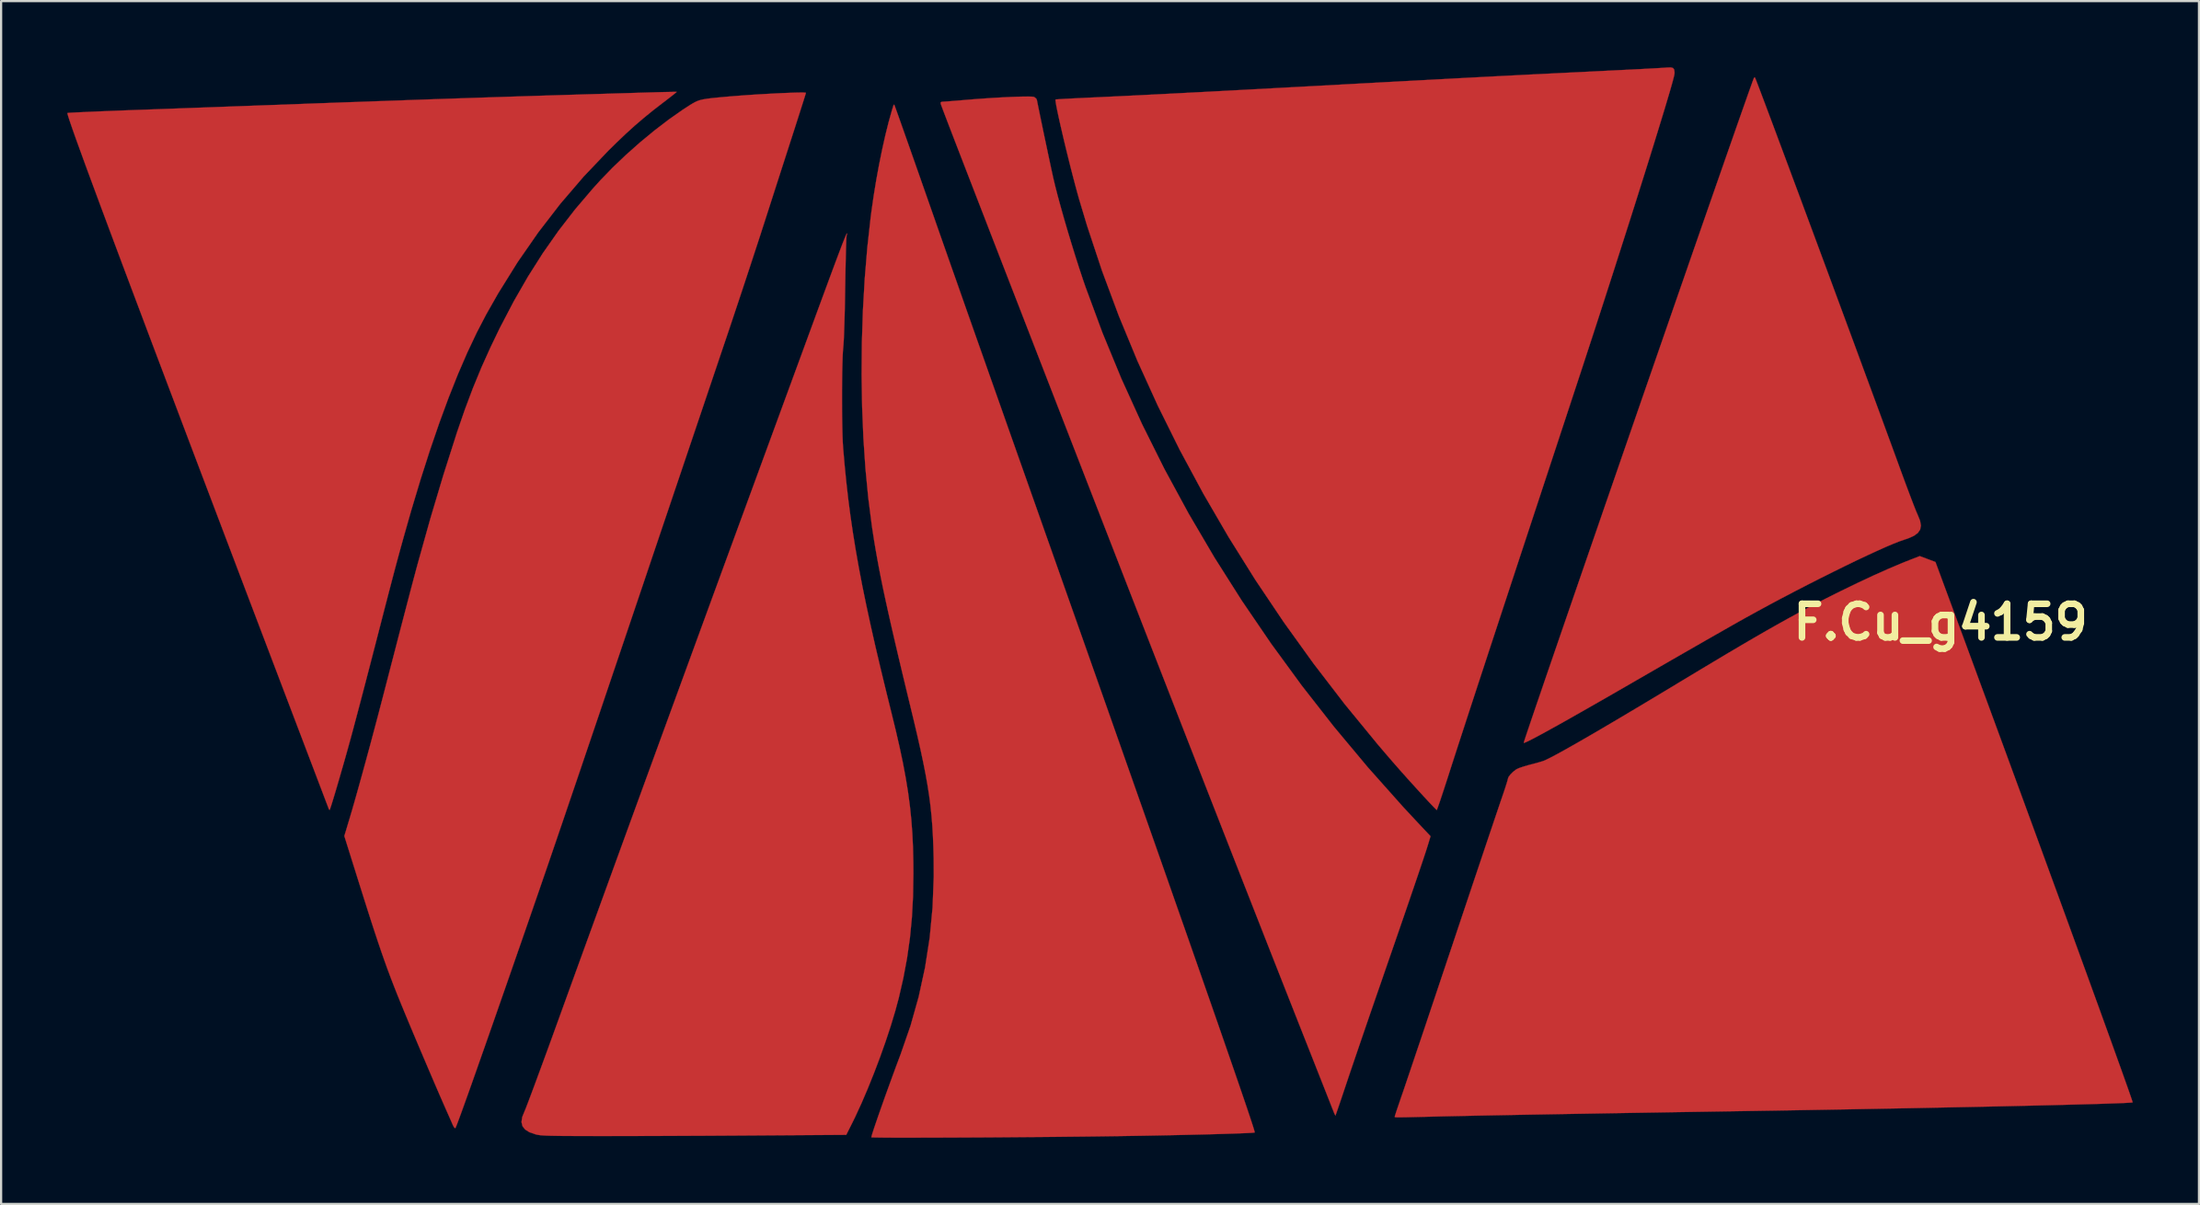
<source format=kicad_pcb>
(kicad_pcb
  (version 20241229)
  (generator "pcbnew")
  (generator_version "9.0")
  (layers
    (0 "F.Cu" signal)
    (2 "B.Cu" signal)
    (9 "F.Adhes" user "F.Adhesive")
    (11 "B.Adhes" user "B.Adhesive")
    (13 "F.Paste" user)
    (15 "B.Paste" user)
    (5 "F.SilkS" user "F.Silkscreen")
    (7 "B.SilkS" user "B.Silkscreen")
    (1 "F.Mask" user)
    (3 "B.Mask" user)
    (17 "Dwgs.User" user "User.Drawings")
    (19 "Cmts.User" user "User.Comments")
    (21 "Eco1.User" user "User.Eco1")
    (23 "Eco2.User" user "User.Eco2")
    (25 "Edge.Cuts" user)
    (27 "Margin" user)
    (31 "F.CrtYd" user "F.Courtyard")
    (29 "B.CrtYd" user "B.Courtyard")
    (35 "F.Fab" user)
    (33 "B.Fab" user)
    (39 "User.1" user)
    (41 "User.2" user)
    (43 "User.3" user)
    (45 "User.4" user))
  (footprint "F.Cu_g4159"
    (layer "F.Cu")
    (at 84.845 25.139)
    (property "Reference" "F.Cu_g4159" (at 0 0 0) (layer "F.SilkS") (effects (font (size 1.524 1.524) (thickness 0.3))))
    (attr through_hole)
    (fp_poly (pts (xy -8.408 -24.677) (xy -8.389 -24.632) (xy -8.341 -24.512) (xy -8.268 -24.321) (xy -8.17 -24.063) (xy -8.049 -23.742) (xy -7.906 -23.362) (xy -7.743 -22.927) (xy -7.561 -22.442) (xy -7.363 -21.91) (xy -7.149 -21.337) (xy -6.921 -20.725) (xy -6.681 -20.078) (xy -6.429 -19.403) (xy -6.169 -18.701) (xy -5.9 -17.977) (xy -5.625 -17.236) (xy -5.346 -16.482) (xy -5.063 -15.719) (xy -4.779 -14.95) (xy -4.494 -14.18) (xy -4.211 -13.414) (xy -3.93 -12.654) (xy -3.655 -11.906) (xy -3.385 -11.174) (xy -3.122 -10.461) (xy -2.868 -9.772) (xy -2.625 -9.111) (xy -2.395 -8.482) (xy -2.177 -7.889) (xy -1.975 -7.337) (xy -1.79 -6.828) (xy -1.769 -6.773) (xy -1.635 -6.407) (xy -1.504 -6.056) (xy -1.381 -5.728) (xy -1.269 -5.435) (xy -1.173 -5.188) (xy -1.096 -4.997) (xy -1.042 -4.872) (xy -1.032 -4.85) (xy -0.929 -4.595) (xy -0.892 -4.379) (xy -0.925 -4.197) (xy -1.03 -4.044) (xy -1.211 -3.912) (xy -1.472 -3.796) (xy -1.651 -3.737) (xy -1.867 -3.662) (xy -2.15 -3.55) (xy -2.494 -3.404) (xy -2.891 -3.226) (xy -3.335 -3.021) (xy -3.82 -2.792) (xy -4.337 -2.541) (xy -4.881 -2.273) (xy -5.445 -1.991) (xy -6.022 -1.698) (xy -6.605 -1.397) (xy -7.187 -1.092) (xy -7.762 -0.786) (xy -8.322 -0.482) (xy -8.856 -0.187) (xy -9.096 -0.053) (xy -9.4 0.119) (xy -9.762 0.325) (xy -10.174 0.56) (xy -10.627 0.818) (xy -11.113 1.097) (xy -11.625 1.391) (xy -12.154 1.695) (xy -12.693 2.006) (xy -13.234 2.318) (xy -13.768 2.627) (xy -13.782 2.634) (xy -14.548 3.077) (xy -15.256 3.484) (xy -15.905 3.855) (xy -16.494 4.19) (xy -17.021 4.488) (xy -17.486 4.748) (xy -17.886 4.969) (xy -18.221 5.151) (xy -18.488 5.292) (xy -18.688 5.393) (xy -18.818 5.451) (xy -18.877 5.468) (xy -18.881 5.464) (xy -18.867 5.415) (xy -18.827 5.29) (xy -18.761 5.091) (xy -18.671 4.823) (xy -18.558 4.489) (xy -18.423 4.091) (xy -18.267 3.634) (xy -18.091 3.121) (xy -17.898 2.555) (xy -17.686 1.939) (xy -17.459 1.278) (xy -17.217 0.574) (xy -16.961 -0.17) (xy -16.693 -0.949) (xy -16.413 -1.761) (xy -16.123 -2.602) (xy -15.824 -3.468) (xy -15.517 -4.357) (xy -15.204 -5.266) (xy -14.884 -6.189) (xy -14.561 -7.125) (xy -14.234 -8.07) (xy -13.905 -9.02) (xy -13.576 -9.972) (xy -13.246 -10.923) (xy -12.918 -11.869) (xy -12.593 -12.807) (xy -12.272 -13.734) (xy -11.956 -14.646) (xy -11.645 -15.54) (xy -11.343 -16.412) (xy -11.048 -17.259) (xy -10.764 -18.077) (xy -10.49 -18.864) (xy -10.228 -19.616) (xy -9.979 -20.329) (xy -9.745 -21.001) (xy -9.526 -21.627) (xy -9.324 -22.204) (xy -9.14 -22.73) (xy -8.975 -23.2) (xy -8.83 -23.611) (xy -8.707 -23.96) (xy -8.606 -24.243) (xy -8.529 -24.458) (xy -8.477 -24.6) (xy -8.45 -24.666) (xy -8.448 -24.671) (xy -8.409 -24.678) (xy -8.408 -24.677)) (stroke (width 0.01) (type solid)) (fill yes) (layer "F.Cu"))
    (fp_poly (pts (xy -41.144 -23.81) (xy -41.059 -23.798) (xy -41.058 -23.798) (xy -40.957 -23.719) (xy -40.926 -23.636) (xy -40.908 -23.537) (xy -40.874 -23.368) (xy -40.827 -23.139) (xy -40.77 -22.863) (xy -40.705 -22.55) (xy -40.635 -22.212) (xy -40.561 -21.861) (xy -40.487 -21.51) (xy -40.415 -21.168) (xy -40.347 -20.849) (xy -40.286 -20.563) (xy -40.233 -20.322) (xy -40.193 -20.138) (xy -40.191 -20.13) (xy -40.101 -19.752) (xy -39.987 -19.308) (xy -39.852 -18.813) (xy -39.702 -18.28) (xy -39.539 -17.724) (xy -39.368 -17.157) (xy -39.194 -16.595) (xy -39.02 -16.051) (xy -38.851 -15.539) (xy -38.735 -15.202) (xy -37.962 -13.111) (xy -37.106 -11.035) (xy -36.17 -8.976) (xy -35.154 -6.938) (xy -34.06 -4.922) (xy -32.89 -2.93) (xy -31.644 -0.965) (xy -30.324 0.971) (xy -28.933 2.875) (xy -27.47 4.746) (xy -25.937 6.581) (xy -24.337 8.378) (xy -23.691 9.071) (xy -23.102 9.697) (xy -23.22 10.087) (xy -23.271 10.25) (xy -23.344 10.476) (xy -23.441 10.767) (xy -23.561 11.124) (xy -23.705 11.55) (xy -23.874 12.046) (xy -24.068 12.613) (xy -24.287 13.252) (xy -24.533 13.966) (xy -24.805 14.755) (xy -25.105 15.621) (xy -25.39 16.447) (xy -25.577 16.986) (xy -25.766 17.534) (xy -25.954 18.08) (xy -26.137 18.615) (xy -26.313 19.128) (xy -26.477 19.61) (xy -26.627 20.05) (xy -26.759 20.438) (xy -26.869 20.765) (xy -26.943 20.987) (xy -27.051 21.309) (xy -27.15 21.604) (xy -27.238 21.863) (xy -27.311 22.076) (xy -27.366 22.234) (xy -27.401 22.329) (xy -27.411 22.352) (xy -27.432 22.315) (xy -27.475 22.218) (xy -27.531 22.078) (xy -27.553 22.024) (xy -27.593 21.922) (xy -27.66 21.75) (xy -27.752 21.516) (xy -27.865 21.23) (xy -27.995 20.9) (xy -28.14 20.534) (xy -28.295 20.141) (xy -28.457 19.729) (xy -28.533 19.537) (xy -29.127 18.034) (xy -29.749 16.456) (xy -30.4 14.803) (xy -31.079 13.072) (xy -31.788 11.266) (xy -32.525 9.383) (xy -33.292 7.422) (xy -34.088 5.384) (xy -34.913 3.269) (xy -35.768 1.075) (xy -36.652 -1.196) (xy -37.566 -3.547) (xy -38.51 -5.976) (xy -38.532 -6.032) (xy -39.147 -7.617) (xy -39.732 -9.122) (xy -40.286 -10.55) (xy -40.81 -11.9) (xy -41.304 -13.173) (xy -41.768 -14.37) (xy -42.203 -15.49) (xy -42.608 -16.535) (xy -42.984 -17.505) (xy -43.33 -18.4) (xy -43.648 -19.221) (xy -43.937 -19.968) (xy -44.198 -20.642) (xy -44.43 -21.243) (xy -44.634 -21.771) (xy -44.81 -22.228) (xy -44.958 -22.613) (xy -45.078 -22.928) (xy -45.171 -23.172) (xy -45.236 -23.346) (xy -45.275 -23.45) (xy -45.286 -23.484) (xy -45.286 -23.557) (xy -45.228 -23.579) (xy -45.206 -23.58) (xy -45.136 -23.584) (xy -44.996 -23.593) (xy -44.797 -23.609) (xy -44.555 -23.628) (xy -44.282 -23.651) (xy -44.133 -23.664) (xy -43.716 -23.698) (xy -43.298 -23.728) (xy -42.889 -23.755) (xy -42.498 -23.777) (xy -42.134 -23.795) (xy -41.808 -23.807) (xy -41.528 -23.814) (xy -41.303 -23.815) (xy -41.144 -23.81)) (stroke (width 0.01) (type solid)) (fill yes) (layer "F.Cu"))
    (fp_poly (pts (xy -49.532 -17.588) (xy -49.549 -17.514) (xy -49.551 -17.505) (xy -49.557 -17.439) (xy -49.565 -17.297) (xy -49.573 -17.087) (xy -49.581 -16.817) (xy -49.589 -16.497) (xy -49.597 -16.134) (xy -49.605 -15.737) (xy -49.612 -15.314) (xy -49.615 -15.155) (xy -49.623 -14.666) (xy -49.632 -14.203) (xy -49.643 -13.773) (xy -49.655 -13.387) (xy -49.667 -13.052) (xy -49.679 -12.778) (xy -49.692 -12.573) (xy -49.701 -12.467) (xy -49.717 -12.281) (xy -49.73 -12.023) (xy -49.74 -11.704) (xy -49.749 -11.338) (xy -49.754 -10.936) (xy -49.758 -10.511) (xy -49.758 -10.074) (xy -49.757 -9.639) (xy -49.752 -9.218) (xy -49.745 -8.822) (xy -49.736 -8.464) (xy -49.724 -8.156) (xy -49.709 -7.911) (xy -49.708 -7.895) (xy -49.64 -7.115) (xy -49.564 -6.35) (xy -49.478 -5.592) (xy -49.379 -4.834) (xy -49.267 -4.068) (xy -49.141 -3.287) (xy -48.999 -2.484) (xy -48.84 -1.65) (xy -48.661 -0.778) (xy -48.463 0.138) (xy -48.244 1.108) (xy -48.001 2.137) (xy -47.735 3.235) (xy -47.535 4.043) (xy -47.329 4.885) (xy -47.151 5.66) (xy -46.999 6.38) (xy -46.872 7.057) (xy -46.767 7.702) (xy -46.684 8.328) (xy -46.62 8.947) (xy -46.573 9.571) (xy -46.543 10.212) (xy -46.528 10.882) (xy -46.525 11.39) (xy -46.541 12.412) (xy -46.593 13.377) (xy -46.682 14.304) (xy -46.811 15.214) (xy -46.982 16.128) (xy -47.186 17.018) (xy -47.35 17.626) (xy -47.55 18.289) (xy -47.781 18.988) (xy -48.036 19.707) (xy -48.309 20.427) (xy -48.592 21.13) (xy -48.879 21.8) (xy -49.163 22.417) (xy -49.294 22.684) (xy -49.566 23.227) (xy -53.919 23.255) (xy -54.588 23.259) (xy -55.282 23.263) (xy -55.988 23.267) (xy -56.698 23.27) (xy -57.398 23.273) (xy -58.08 23.276) (xy -58.731 23.278) (xy -59.341 23.279) (xy -59.899 23.28) (xy -60.394 23.281) (xy -60.812 23.281) (xy -61.348 23.28) (xy -61.806 23.279) (xy -62.193 23.277) (xy -62.516 23.275) (xy -62.783 23.271) (xy -63 23.266) (xy -63.174 23.26) (xy -63.312 23.252) (xy -63.422 23.243) (xy -63.509 23.231) (xy -63.582 23.217) (xy -63.631 23.206) (xy -63.91 23.11) (xy -64.109 22.986) (xy -64.23 22.833) (xy -64.275 22.647) (xy -64.244 22.425) (xy -64.141 22.171) (xy -64.108 22.094) (xy -64.049 21.943) (xy -63.965 21.724) (xy -63.859 21.443) (xy -63.733 21.107) (xy -63.59 20.72) (xy -63.431 20.289) (xy -63.259 19.821) (xy -63.075 19.319) (xy -62.883 18.792) (xy -62.685 18.244) (xy -62.616 18.055) (xy -62.132 16.717) (xy -61.619 15.301) (xy -61.076 13.807) (xy -60.504 12.234) (xy -59.903 10.582) (xy -59.273 8.852) (xy -58.613 7.043) (xy -57.924 5.155) (xy -57.205 3.188) (xy -56.457 1.143) (xy -55.68 -0.982) (xy -54.873 -3.185) (xy -54.036 -5.468) (xy -53.17 -7.829) (xy -52.275 -10.27) (xy -51.35 -12.79) (xy -50.863 -14.118) (xy -50.62 -14.778) (xy -50.405 -15.36) (xy -50.217 -15.869) (xy -50.054 -16.307) (xy -49.915 -16.676) (xy -49.8 -16.98) (xy -49.707 -17.221) (xy -49.634 -17.403) (xy -49.582 -17.527) (xy -49.548 -17.598) (xy -49.532 -17.617) (xy -49.532 -17.588)) (stroke (width 0.01) (type solid)) (fill yes) (layer "F.Cu"))
    (fp_poly (pts (xy -57.248 -24.027) (xy -57.245 -24.026) (xy -57.273 -23.999) (xy -57.359 -23.929) (xy -57.493 -23.823) (xy -57.664 -23.691) (xy -57.861 -23.54) (xy -57.88 -23.526) (xy -58.331 -23.177) (xy -58.748 -22.837) (xy -59.15 -22.493) (xy -59.554 -22.126) (xy -59.978 -21.722) (xy -60.349 -21.357) (xy -61.461 -20.189) (xy -62.515 -18.959) (xy -63.512 -17.666) (xy -64.452 -16.312) (xy -65.333 -14.896) (xy -65.874 -13.945) (xy -66.303 -13.12) (xy -66.731 -12.215) (xy -67.157 -11.23) (xy -67.581 -10.162) (xy -68.004 -9.013) (xy -68.426 -7.781) (xy -68.847 -6.466) (xy -69.268 -5.068) (xy -69.59 -3.937) (xy -69.664 -3.672) (xy -69.733 -3.422) (xy -69.8 -3.179) (xy -69.866 -2.935) (xy -69.934 -2.684) (xy -70.006 -2.416) (xy -70.083 -2.125) (xy -70.167 -1.804) (xy -70.261 -1.445) (xy -70.366 -1.04) (xy -70.485 -0.582) (xy -70.619 -0.063) (xy -70.77 0.524) (xy -70.913 1.079) (xy -71.048 1.6) (xy -71.186 2.133) (xy -71.325 2.668) (xy -71.462 3.192) (xy -71.594 3.694) (xy -71.718 4.162) (xy -71.83 4.584) (xy -71.927 4.949) (xy -72.007 5.243) (xy -72.01 5.255) (xy -72.105 5.597) (xy -72.205 5.957) (xy -72.309 6.326) (xy -72.415 6.693) (xy -72.518 7.051) (xy -72.617 7.39) (xy -72.709 7.701) (xy -72.791 7.973) (xy -72.86 8.199) (xy -72.914 8.369) (xy -72.95 8.474) (xy -72.964 8.504) (xy -72.99 8.488) (xy -73.002 8.462) (xy -73.021 8.412) (xy -73.067 8.291) (xy -73.138 8.105) (xy -73.23 7.863) (xy -73.341 7.57) (xy -73.468 7.236) (xy -73.608 6.867) (xy -73.759 6.47) (xy -73.853 6.223) (xy -74.621 4.204) (xy -75.359 2.262) (xy -76.067 0.399) (xy -76.746 -1.388) (xy -77.395 -3.098) (xy -78.015 -4.733) (xy -78.606 -6.292) (xy -79.169 -7.778) (xy -79.703 -9.19) (xy -80.209 -10.529) (xy -80.688 -11.796) (xy -81.139 -12.991) (xy -81.562 -14.116) (xy -81.959 -15.171) (xy -82.329 -16.156) (xy -82.672 -17.072) (xy -82.989 -17.92) (xy -83.28 -18.701) (xy -83.545 -19.416) (xy -83.785 -20.064) (xy -84 -20.647) (xy -84.189 -21.166) (xy -84.354 -21.62) (xy -84.495 -22.011) (xy -84.611 -22.34) (xy -84.703 -22.607) (xy -84.772 -22.813) (xy -84.817 -22.958) (xy -84.839 -23.043) (xy -84.84 -23.069) (xy -84.792 -23.075) (xy -84.666 -23.083) (xy -84.468 -23.094) (xy -84.206 -23.106) (xy -83.885 -23.121) (xy -83.513 -23.137) (xy -83.095 -23.154) (xy -82.639 -23.172) (xy -82.15 -23.191) (xy -81.637 -23.21) (xy -81.547 -23.213) (xy -80.932 -23.235) (xy -80.267 -23.259) (xy -79.569 -23.285) (xy -78.855 -23.311) (xy -78.141 -23.337) (xy -77.442 -23.363) (xy -76.777 -23.387) (xy -76.16 -23.41) (xy -75.609 -23.43) (xy -75.523 -23.433) (xy -73.865 -23.494) (xy -72.288 -23.551) (xy -70.787 -23.605) (xy -69.357 -23.655) (xy -67.995 -23.702) (xy -66.695 -23.746) (xy -65.454 -23.787) (xy -64.268 -23.825) (xy -63.132 -23.861) (xy -62.041 -23.894) (xy -61.934 -23.897) (xy -61.455 -23.912) (xy -60.96 -23.926) (xy -60.462 -23.941) (xy -59.977 -23.956) (xy -59.518 -23.969) (xy -59.102 -23.982) (xy -58.743 -23.992) (xy -58.483 -24) (xy -58.17 -24.009) (xy -57.886 -24.017) (xy -57.641 -24.022) (xy -57.446 -24.026) (xy -57.311 -24.028) (xy -57.248 -24.027)) (stroke (width 0.01) (type solid)) (fill yes) (layer "F.Cu"))
    (fp_poly (pts (xy -12.12 -25.108) (xy -12.066 -25.038) (xy -12.05 -24.914) (xy -12.051 -24.862) (xy -12.065 -24.778) (xy -12.105 -24.617) (xy -12.168 -24.384) (xy -12.254 -24.082) (xy -12.362 -23.717) (xy -12.489 -23.29) (xy -12.636 -22.808) (xy -12.8 -22.273) (xy -12.98 -21.689) (xy -13.175 -21.061) (xy -13.384 -20.393) (xy -13.606 -19.689) (xy -13.838 -18.952) (xy -14.081 -18.187) (xy -14.333 -17.398) (xy -14.592 -16.588) (xy -14.857 -15.762) (xy -15.127 -14.924) (xy -15.401 -14.077) (xy -15.677 -13.227) (xy -15.955 -12.376) (xy -16.232 -11.529) (xy -16.404 -11.007) (xy -16.472 -10.799) (xy -16.565 -10.518) (xy -16.68 -10.169) (xy -16.815 -9.758) (xy -16.968 -9.292) (xy -17.138 -8.777) (xy -17.321 -8.22) (xy -17.517 -7.626) (xy -17.722 -7.003) (xy -17.935 -6.356) (xy -18.154 -5.691) (xy -18.377 -5.015) (xy -18.601 -4.335) (xy -18.62 -4.276) (xy -18.989 -3.157) (xy -19.332 -2.114) (xy -19.651 -1.143) (xy -19.948 -0.241) (xy -20.223 0.597) (xy -20.479 1.374) (xy -20.715 2.096) (xy -20.935 2.765) (xy -21.138 3.387) (xy -21.327 3.964) (xy -21.502 4.501) (xy -21.665 5.002) (xy -21.818 5.471) (xy -21.961 5.912) (xy -22.096 6.33) (xy -22.224 6.727) (xy -22.296 6.953) (xy -22.408 7.298) (xy -22.512 7.617) (xy -22.606 7.9) (xy -22.686 8.14) (xy -22.751 8.326) (xy -22.796 8.452) (xy -22.818 8.507) (xy -22.82 8.509) (xy -22.855 8.479) (xy -22.937 8.396) (xy -23.059 8.269) (xy -23.211 8.108) (xy -23.383 7.922) (xy -23.418 7.885) (xy -23.808 7.458) (xy -24.157 7.072) (xy -24.482 6.707) (xy -24.802 6.342) (xy -25.133 5.958) (xy -25.494 5.535) (xy -25.509 5.517) (xy -26.987 3.715) (xy -28.401 1.874) (xy -29.751 -0.004) (xy -31.034 -1.914) (xy -32.247 -3.854) (xy -33.39 -5.819) (xy -34.461 -7.807) (xy -35.457 -9.815) (xy -36.377 -11.838) (xy -37.218 -13.873) (xy -37.98 -15.918) (xy -38.66 -17.969) (xy -39.016 -19.156) (xy -39.105 -19.473) (xy -39.2 -19.825) (xy -39.299 -20.202) (xy -39.401 -20.598) (xy -39.502 -21.002) (xy -39.602 -21.407) (xy -39.698 -21.805) (xy -39.787 -22.185) (xy -39.869 -22.541) (xy -39.941 -22.864) (xy -40.001 -23.145) (xy -40.047 -23.375) (xy -40.077 -23.547) (xy -40.09 -23.652) (xy -40.086 -23.68) (xy -40.041 -23.686) (xy -39.921 -23.694) (xy -39.736 -23.706) (xy -39.494 -23.719) (xy -39.206 -23.734) (xy -38.881 -23.75) (xy -38.528 -23.767) (xy -38.523 -23.767) (xy -37.949 -23.794) (xy -37.352 -23.822) (xy -36.727 -23.852) (xy -36.068 -23.885) (xy -35.371 -23.92) (xy -34.629 -23.958) (xy -33.839 -23.999) (xy -32.993 -24.043) (xy -32.088 -24.091) (xy -31.118 -24.143) (xy -30.077 -24.199) (xy -28.96 -24.259) (xy -28.215 -24.299) (xy -27.141 -24.358) (xy -26.146 -24.412) (xy -25.224 -24.462) (xy -24.372 -24.508) (xy -23.582 -24.55) (xy -22.85 -24.589) (xy -22.171 -24.625) (xy -21.539 -24.659) (xy -20.948 -24.69) (xy -20.394 -24.719) (xy -19.872 -24.746) (xy -19.374 -24.771) (xy -18.898 -24.796) (xy -18.436 -24.819) (xy -17.984 -24.841) (xy -17.801 -24.85) (xy -17.328 -24.874) (xy -16.8 -24.9) (xy -16.243 -24.927) (xy -15.68 -24.955) (xy -15.137 -24.982) (xy -14.637 -25.007) (xy -14.33 -25.022) (xy -13.949 -25.041) (xy -13.587 -25.059) (xy -13.253 -25.077) (xy -12.959 -25.093) (xy -12.715 -25.107) (xy -12.531 -25.118) (xy -12.419 -25.126) (xy -12.404 -25.127) (xy -12.228 -25.134) (xy -12.12 -25.108)) (stroke (width 0.01) (type solid)) (fill yes) (layer "F.Cu"))
    (fp_poly (pts (xy -47.392 -23.445) (xy -47.375 -23.403) (xy -47.333 -23.287) (xy -47.266 -23.102) (xy -47.178 -22.855) (xy -47.07 -22.55) (xy -46.944 -22.193) (xy -46.802 -21.791) (xy -46.646 -21.348) (xy -46.478 -20.87) (xy -46.3 -20.364) (xy -46.115 -19.834) (xy -46.106 -19.809) (xy -45.921 -19.282) (xy -45.745 -18.779) (xy -45.575 -18.294) (xy -45.411 -17.825) (xy -45.25 -17.366) (xy -45.091 -16.913) (xy -44.933 -16.463) (xy -44.774 -16.011) (xy -44.612 -15.552) (xy -44.447 -15.082) (xy -44.277 -14.598) (xy -44.1 -14.094) (xy -43.914 -13.567) (xy -43.719 -13.013) (xy -43.512 -12.427) (xy -43.292 -11.805) (xy -43.059 -11.142) (xy -42.809 -10.435) (xy -42.542 -9.679) (xy -42.257 -8.87) (xy -41.951 -8.003) (xy -41.623 -7.075) (xy -41.272 -6.082) (xy -40.896 -5.018) (xy -40.495 -3.88) (xy -40.365 -3.514) (xy -39.674 -1.556) (xy -39.008 0.33) (xy -38.369 2.143) (xy -37.755 3.883) (xy -37.168 5.55) (xy -36.607 7.143) (xy -36.072 8.663) (xy -35.564 10.108) (xy -35.082 11.479) (xy -34.628 12.775) (xy -34.199 13.996) (xy -33.798 15.142) (xy -33.424 16.213) (xy -33.077 17.207) (xy -32.757 18.125) (xy -32.465 18.967) (xy -32.2 19.732) (xy -31.962 20.421) (xy -31.752 21.031) (xy -31.57 21.564) (xy -31.415 22.019) (xy -31.289 22.396) (xy -31.19 22.695) (xy -31.12 22.914) (xy -31.078 23.055) (xy -31.064 23.116) (xy -31.065 23.119) (xy -31.115 23.127) (xy -31.244 23.137) (xy -31.446 23.147) (xy -31.716 23.158) (xy -32.048 23.17) (xy -32.435 23.182) (xy -32.873 23.195) (xy -33.355 23.208) (xy -33.876 23.22) (xy -34.431 23.233) (xy -35.012 23.245) (xy -35.615 23.257) (xy -36.235 23.268) (xy -36.864 23.278) (xy -37.105 23.282) (xy -37.64 23.289) (xy -38.21 23.297) (xy -38.808 23.304) (xy -39.429 23.31) (xy -40.068 23.317) (xy -40.72 23.323) (xy -41.378 23.328) (xy -42.038 23.333) (xy -42.694 23.338) (xy -43.341 23.342) (xy -43.972 23.345) (xy -44.584 23.348) (xy -45.17 23.35) (xy -45.725 23.352) (xy -46.244 23.353) (xy -46.721 23.354) (xy -47.15 23.354) (xy -47.527 23.353) (xy -47.845 23.351) (xy -48.1 23.348) (xy -48.286 23.345) (xy -48.397 23.341) (xy -48.429 23.337) (xy -48.415 23.273) (xy -48.375 23.138) (xy -48.311 22.942) (xy -48.226 22.691) (xy -48.125 22.396) (xy -48.009 22.065) (xy -47.882 21.705) (xy -47.747 21.327) (xy -47.606 20.938) (xy -47.464 20.548) (xy -47.323 20.164) (xy -47.185 19.795) (xy -47.102 19.574) (xy -46.653 18.28) (xy -46.285 16.972) (xy -45.997 15.646) (xy -45.787 14.298) (xy -45.656 12.924) (xy -45.602 11.521) (xy -45.606 10.71) (xy -45.62 10.184) (xy -45.64 9.692) (xy -45.667 9.223) (xy -45.704 8.769) (xy -45.751 8.318) (xy -45.81 7.862) (xy -45.884 7.389) (xy -45.972 6.892) (xy -46.077 6.359) (xy -46.2 5.781) (xy -46.343 5.148) (xy -46.507 4.45) (xy -46.631 3.937) (xy -46.851 3.027) (xy -47.051 2.193) (xy -47.232 1.428) (xy -47.396 0.727) (xy -47.544 0.084) (xy -47.677 -0.508) (xy -47.797 -1.055) (xy -47.905 -1.562) (xy -48.002 -2.037) (xy -48.089 -2.485) (xy -48.168 -2.912) (xy -48.241 -3.324) (xy -48.308 -3.728) (xy -48.37 -4.129) (xy -48.405 -4.36) (xy -48.568 -5.628) (xy -48.696 -6.96) (xy -48.789 -8.343) (xy -48.847 -9.764) (xy -48.87 -11.208) (xy -48.858 -12.665) (xy -48.811 -14.119) (xy -48.729 -15.559) (xy -48.612 -16.97) (xy -48.46 -18.34) (xy -48.426 -18.604) (xy -48.325 -19.307) (xy -48.209 -20.019) (xy -48.08 -20.723) (xy -47.941 -21.407) (xy -47.796 -22.056) (xy -47.647 -22.655) (xy -47.497 -23.19) (xy -47.43 -23.406) (xy -47.403 -23.448) (xy -47.392 -23.445)) (stroke (width 0.01) (type solid)) (fill yes) (layer "F.Cu"))
    (fp_poly (pts (xy -0.589 -2.861) (xy -0.233 -2.728) (xy 0.815 0.107) (xy 1.16 1.041) (xy 1.51 1.991) (xy 1.864 2.954) (xy 2.222 3.925) (xy 2.581 4.902) (xy 2.941 5.882) (xy 3.3 6.861) (xy 3.658 7.836) (xy 4.012 8.803) (xy 4.363 9.761) (xy 4.708 10.705) (xy 5.046 11.631) (xy 5.378 12.538) (xy 5.7 13.422) (xy 6.012 14.279) (xy 6.313 15.106) (xy 6.602 15.9) (xy 6.877 16.658) (xy 7.138 17.376) (xy 7.382 18.052) (xy 7.61 18.682) (xy 7.819 19.262) (xy 8.009 19.791) (xy 8.179 20.263) (xy 8.326 20.677) (xy 8.451 21.028) (xy 8.552 21.314) (xy 8.627 21.532) (xy 8.676 21.677) (xy 8.697 21.748) (xy 8.697 21.754) (xy 8.648 21.763) (xy 8.517 21.772) (xy 8.308 21.783) (xy 8.023 21.794) (xy 7.666 21.807) (xy 7.241 21.821) (xy 6.749 21.835) (xy 6.195 21.85) (xy 5.581 21.866) (xy 4.911 21.883) (xy 4.187 21.9) (xy 3.413 21.918) (xy 2.592 21.936) (xy 1.728 21.955) (xy 0.822 21.973) (xy -0.121 21.992) (xy -1.099 22.012) (xy -2.108 22.031) (xy -3.145 22.05) (xy -4.207 22.07) (xy -5.291 22.089) (xy -6.395 22.108) (xy -7.513 22.127) (xy -8.645 22.145) (xy -9.716 22.162) (xy -10.829 22.18) (xy -11.926 22.197) (xy -13.001 22.215) (xy -14.051 22.232) (xy -15.071 22.249) (xy -16.055 22.266) (xy -16.999 22.282) (xy -17.899 22.298) (xy -18.75 22.313) (xy -19.547 22.328) (xy -20.285 22.342) (xy -20.96 22.355) (xy -21.567 22.368) (xy -22.102 22.379) (xy -22.56 22.389) (xy -22.797 22.395) (xy -23.251 22.406) (xy -23.627 22.415) (xy -23.934 22.422) (xy -24.177 22.428) (xy -24.365 22.431) (xy -24.504 22.432) (xy -24.602 22.432) (xy -24.666 22.43) (xy -24.702 22.426) (xy -24.719 22.42) (xy -24.724 22.412) (xy -24.723 22.402) (xy -24.723 22.399) (xy -24.709 22.35) (xy -24.672 22.232) (xy -24.614 22.057) (xy -24.539 21.837) (xy -24.452 21.581) (xy -24.38 21.372) (xy -24.325 21.214) (xy -24.246 20.981) (xy -24.144 20.678) (xy -24.02 20.312) (xy -23.877 19.888) (xy -23.717 19.412) (xy -23.54 18.888) (xy -23.35 18.323) (xy -23.149 17.722) (xy -22.937 17.09) (xy -22.717 16.434) (xy -22.491 15.759) (xy -22.26 15.069) (xy -22.097 14.584) (xy -21.866 13.892) (xy -21.639 13.213) (xy -21.417 12.551) (xy -21.203 11.912) (xy -20.998 11.301) (xy -20.804 10.724) (xy -20.624 10.186) (xy -20.458 9.692) (xy -20.308 9.248) (xy -20.177 8.859) (xy -20.066 8.53) (xy -19.977 8.266) (xy -19.912 8.074) (xy -19.879 7.98) (xy -19.794 7.73) (xy -19.719 7.505) (xy -19.659 7.317) (xy -19.618 7.18) (xy -19.601 7.108) (xy -19.6 7.103) (xy -19.568 7.013) (xy -19.483 6.899) (xy -19.366 6.782) (xy -19.236 6.681) (xy -19.172 6.644) (xy -19.061 6.598) (xy -18.894 6.542) (xy -18.699 6.484) (xy -18.589 6.455) (xy -18.388 6.402) (xy -18.199 6.35) (xy -18.048 6.305) (xy -17.992 6.286) (xy -17.86 6.23) (xy -17.658 6.13) (xy -17.388 5.987) (xy -17.053 5.803) (xy -16.654 5.578) (xy -16.193 5.314) (xy -15.673 5.013) (xy -15.095 4.674) (xy -14.462 4.3) (xy -13.775 3.891) (xy -13.036 3.449) (xy -12.248 2.975) (xy -11.811 2.711) (xy -11.018 2.233) (xy -10.289 1.796) (xy -9.62 1.397) (xy -9.002 1.032) (xy -8.431 0.698) (xy -7.898 0.391) (xy -7.399 0.108) (xy -6.925 -0.156) (xy -6.472 -0.404) (xy -6.032 -0.639) (xy -5.599 -0.866) (xy -5.167 -1.087) (xy -4.728 -1.307) (xy -4.508 -1.416) (xy -3.745 -1.786) (xy -3.022 -2.124) (xy -2.35 -2.424) (xy -1.735 -2.684) (xy -1.372 -2.828) (xy -0.945 -2.994) (xy -0.589 -2.861)) (stroke (width 0.01) (type solid)) (fill yes) (layer "F.Cu"))
    (fp_poly (pts (xy -51.5 -23.996) (xy -51.41 -23.99) (xy -51.393 -23.983) (xy -51.405 -23.937) (xy -51.441 -23.819) (xy -51.498 -23.638) (xy -51.574 -23.4) (xy -51.665 -23.114) (xy -51.769 -22.789) (xy -51.883 -22.432) (xy -51.982 -22.125) (xy -52.116 -21.71) (xy -52.27 -21.232) (xy -52.44 -20.706) (xy -52.618 -20.152) (xy -52.801 -19.585) (xy -52.981 -19.023) (xy -53.155 -18.483) (xy -53.313 -17.992) (xy -53.461 -17.533) (xy -53.632 -17.01) (xy -53.82 -16.436) (xy -54.02 -15.826) (xy -54.228 -15.196) (xy -54.439 -14.56) (xy -54.648 -13.934) (xy -54.849 -13.331) (xy -55.039 -12.768) (xy -55.048 -12.742) (xy -55.597 -11.115) (xy -56.12 -9.564) (xy -56.618 -8.09) (xy -57.091 -6.687) (xy -57.541 -5.355) (xy -57.968 -4.091) (xy -58.373 -2.892) (xy -58.756 -1.755) (xy -59.12 -0.678) (xy -59.464 0.341) (xy -59.79 1.305) (xy -60.099 2.217) (xy -60.39 3.078) (xy -60.665 3.892) (xy -60.926 4.662) (xy -61.172 5.388) (xy -61.405 6.075) (xy -61.625 6.725) (xy -61.834 7.339) (xy -62.032 7.921) (xy -62.22 8.474) (xy -62.398 8.999) (xy -62.569 9.499) (xy -62.732 9.977) (xy -62.889 10.436) (xy -63.04 10.877) (xy -63.186 11.303) (xy -63.329 11.717) (xy -63.468 12.122) (xy -63.605 12.519) (xy -63.741 12.912) (xy -63.876 13.303) (xy -64.011 13.694) (xy -64.148 14.088) (xy -64.286 14.487) (xy -64.428 14.894) (xy -64.573 15.312) (xy -64.636 15.494) (xy -64.974 16.465) (xy -65.291 17.373) (xy -65.586 18.218) (xy -65.859 18.998) (xy -66.11 19.711) (xy -66.337 20.357) (xy -66.541 20.934) (xy -66.721 21.44) (xy -66.877 21.874) (xy -67.007 22.235) (xy -67.112 22.521) (xy -67.191 22.732) (xy -67.244 22.865) (xy -67.269 22.919) (xy -67.27 22.92) (xy -67.307 22.909) (xy -67.36 22.831) (xy -67.388 22.772) (xy -67.435 22.665) (xy -67.507 22.5) (xy -67.596 22.299) (xy -67.693 22.08) (xy -67.723 22.013) (xy -67.836 21.755) (xy -67.978 21.43) (xy -68.141 21.053) (xy -68.321 20.634) (xy -68.512 20.187) (xy -68.709 19.724) (xy -68.908 19.257) (xy -69.101 18.799) (xy -69.285 18.363) (xy -69.343 18.224) (xy -69.543 17.744) (xy -69.725 17.302) (xy -69.893 16.889) (xy -70.049 16.494) (xy -70.197 16.11) (xy -70.34 15.727) (xy -70.481 15.335) (xy -70.625 14.925) (xy -70.773 14.488) (xy -70.93 14.015) (xy -71.099 13.496) (xy -71.282 12.923) (xy -71.484 12.284) (xy -71.664 11.713) (xy -72.299 9.688) (xy -72.068 8.919) (xy -71.947 8.511) (xy -71.809 8.031) (xy -71.657 7.49) (xy -71.493 6.9) (xy -71.32 6.27) (xy -71.141 5.61) (xy -70.96 4.933) (xy -70.778 4.248) (xy -70.6 3.566) (xy -70.575 3.471) (xy -70.376 2.704) (xy -70.197 2.013) (xy -70.036 1.394) (xy -69.893 0.841) (xy -69.765 0.348) (xy -69.651 -0.088) (xy -69.55 -0.475) (xy -69.461 -0.817) (xy -69.382 -1.118) (xy -69.312 -1.386) (xy -69.249 -1.624) (xy -69.192 -1.839) (xy -69.14 -2.035) (xy -69.091 -2.218) (xy -69.045 -2.392) (xy -68.998 -2.564) (xy -68.976 -2.646) (xy -68.402 -4.696) (xy -67.811 -6.673) (xy -67.205 -8.572) (xy -67.191 -8.615) (xy -66.837 -9.641) (xy -66.473 -10.609) (xy -66.088 -11.543) (xy -65.671 -12.469) (xy -65.253 -13.335) (xy -64.627 -14.533) (xy -63.981 -15.657) (xy -63.307 -16.72) (xy -62.598 -17.731) (xy -61.847 -18.702) (xy -61.046 -19.642) (xy -60.7 -20.024) (xy -60.145 -20.598) (xy -59.542 -21.173) (xy -58.908 -21.736) (xy -58.258 -22.273) (xy -57.609 -22.77) (xy -56.977 -23.214) (xy -56.661 -23.419) (xy -56.532 -23.498) (xy -56.418 -23.562) (xy -56.307 -23.613) (xy -56.186 -23.654) (xy -56.044 -23.687) (xy -55.868 -23.716) (xy -55.647 -23.744) (xy -55.367 -23.772) (xy -55.017 -23.804) (xy -54.949 -23.81) (xy -54.623 -23.837) (xy -54.271 -23.864) (xy -53.903 -23.89) (xy -53.528 -23.914) (xy -53.155 -23.935) (xy -52.794 -23.955) (xy -52.454 -23.971) (xy -52.146 -23.983) (xy -51.878 -23.992) (xy -51.659 -23.996) (xy -51.5 -23.996)) (stroke (width 0.01) (type solid)) (fill yes) (layer "F.Cu")))
  (gr_rect
    (start -3 -3)
    (end 96.548 51.498)
    (stroke (width 0.1) (type default))
    (fill no)
    (layer "Edge.Cuts")))
</source>
